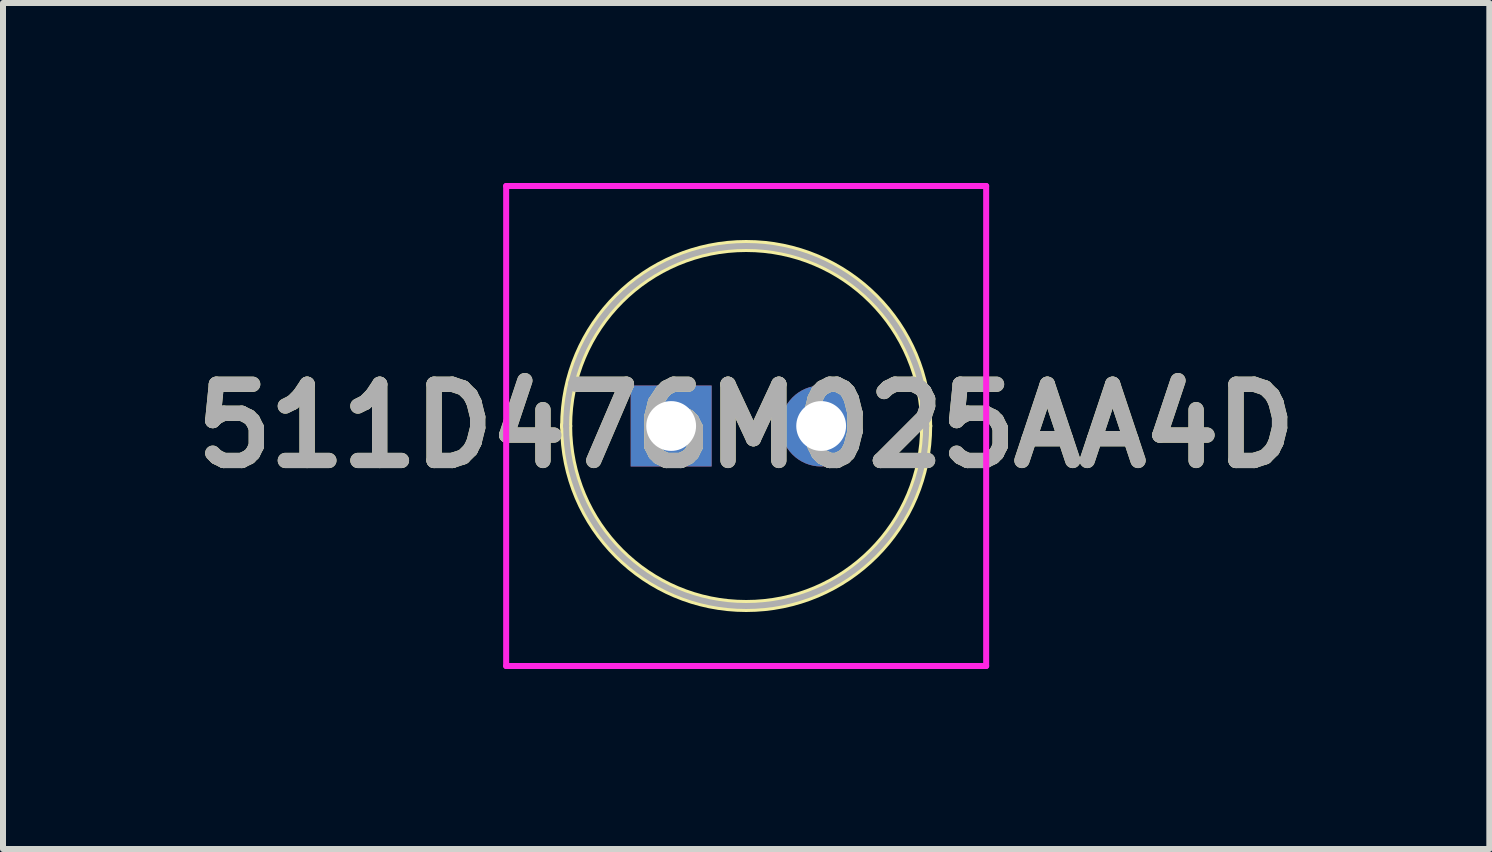
<source format=kicad_pcb>
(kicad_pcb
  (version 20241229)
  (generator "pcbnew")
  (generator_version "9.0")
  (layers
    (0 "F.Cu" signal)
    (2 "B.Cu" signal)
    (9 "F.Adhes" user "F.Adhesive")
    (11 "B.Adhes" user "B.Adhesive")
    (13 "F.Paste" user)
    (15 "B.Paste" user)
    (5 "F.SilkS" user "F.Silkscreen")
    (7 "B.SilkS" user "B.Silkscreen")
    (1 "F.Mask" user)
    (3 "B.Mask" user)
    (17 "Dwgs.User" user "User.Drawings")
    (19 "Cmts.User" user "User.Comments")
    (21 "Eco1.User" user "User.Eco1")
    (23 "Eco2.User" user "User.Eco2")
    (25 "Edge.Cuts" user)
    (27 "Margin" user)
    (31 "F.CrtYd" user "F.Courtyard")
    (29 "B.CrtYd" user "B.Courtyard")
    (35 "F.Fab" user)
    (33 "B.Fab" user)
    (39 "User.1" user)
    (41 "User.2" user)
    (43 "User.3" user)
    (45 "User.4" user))
  (footprint "511D476M025AA4D"
    (layer "F.Cu")
    (at 8.136 4.05)
    (property "Reference" "511D476M025AA4D" (at 1.25 0 0) (layer "F.SilkS") (effects (font (size 1.27 1.27) (thickness 0.254))))
    (attr through_hole)
    (fp_line (start -1.75 0) (end -1.75 0) (stroke (width 0.2) (type solid)) (layer "F.SilkS"))
    (fp_line (start 4.25 0) (end 4.25 0) (stroke (width 0.2) (type solid)) (layer "F.SilkS"))
    (fp_arc (start -1.75 0) (mid 1.25 -3) (end 4.25 0) (stroke (width 0.2) (type solid)) (layer "F.SilkS"))
    (fp_arc (start 4.25 0) (mid 1.25 3) (end -1.75 0) (stroke (width 0.2) (type solid)) (layer "F.SilkS"))
    (fp_line (start -2.75 -4) (end 5.25 -4) (stroke (width 0.1) (type solid)) (layer "F.CrtYd"))
    (fp_line (start -2.75 4) (end -2.75 -4) (stroke (width 0.1) (type solid)) (layer "F.CrtYd"))
    (fp_line (start 5.25 -4) (end 5.25 4) (stroke (width 0.1) (type solid)) (layer "F.CrtYd"))
    (fp_line (start 5.25 4) (end -2.75 4) (stroke (width 0.1) (type solid)) (layer "F.CrtYd"))
    (fp_line (start -1.75 0) (end -1.75 0) (stroke (width 0.1) (type solid)) (layer "F.Fab"))
    (fp_line (start 4.25 0) (end 4.25 0) (stroke (width 0.1) (type solid)) (layer "F.Fab"))
    (fp_arc (start -1.75 0) (mid 1.25 -3) (end 4.25 0) (stroke (width 0.1) (type solid)) (layer "F.Fab"))
    (fp_arc (start 4.25 0) (mid 1.25 3) (end -1.75 0) (stroke (width 0.1) (type solid)) (layer "F.Fab"))
    (fp_text user "${REFERENCE}" (at 1.25 0 0) (layer "F.Fab") (effects (font (size 1.27 1.27) (thickness 0.254))))
    (pad "1" thru_hole rect (at 0 0) (size 1.349 1.349) (drill 0.83) (layers "*.Cu" "*.Mask"))
    (pad "2" thru_hole circle (at 2.5 0) (size 1.349 1.349) (drill 0.83) (layers "*.Cu" "*.Mask")))
  (gr_rect
    (start -3 -3)
    (end 21.772 11.1)
    (stroke (width 0.1) (type default))
    (fill no)
    (layer "Edge.Cuts")))
</source>
